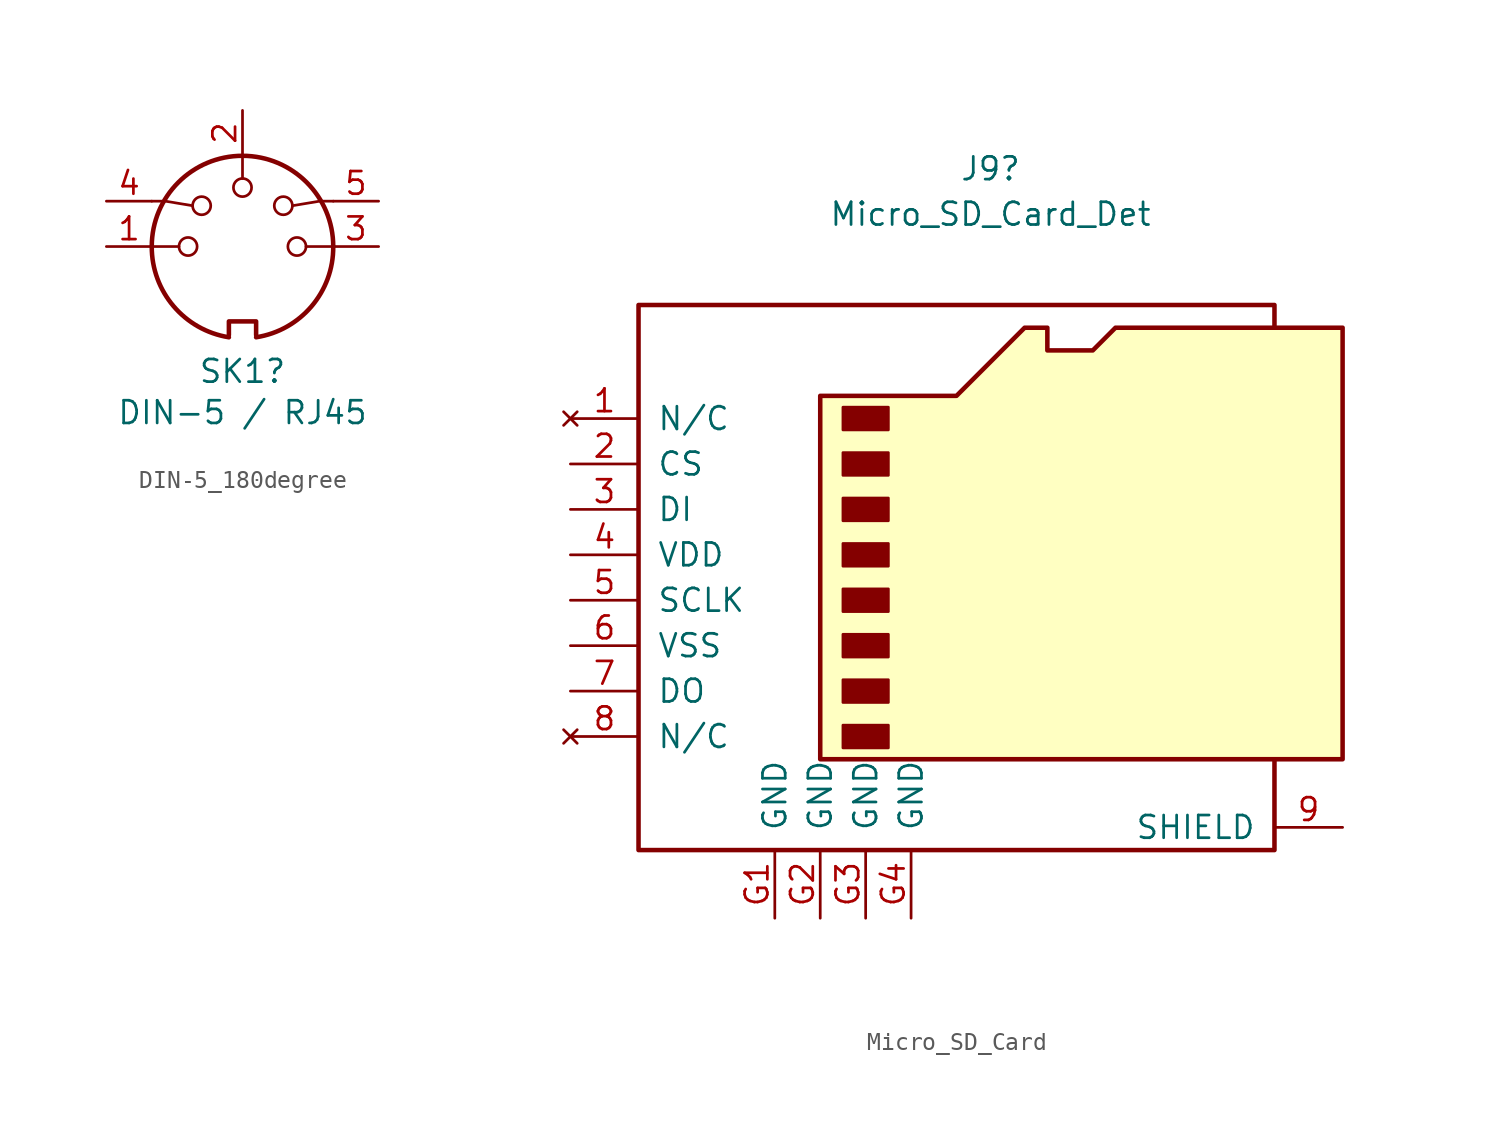
<source format=kicad_sym>
(kicad_symbol_lib
  (version 20220914)
  (generator kicad_symbol_editor)
  (symbol "DIN-5_180degree"
    (pin_names
      (offset 1.016))
    (property "Reference" "SK1"
      (at 0 -6.985 0)
      (effects (font (size 1.27 1.27))))
    (property "Value" "DIN-5 / RJ45"
      (at 0 -9.296 0)
      (effects (font (size 1.27 1.27))))
    (symbol "DIN-5_180degree_0_1"
      (arc (start -5.08 0) (mid -3.8597 -3.3379) (end -0.762 -5.08) (stroke (width 0.254) (type default)) (fill (type none)))
      (circle (center -3.048 0) (radius 0.508) (stroke (width 0) (type default)) (fill (type none)))
      (circle (center -2.286 2.286) (radius 0.508) (stroke (width 0) (type default)) (fill (type none)))
      (polyline (pts (xy -5.08 0) (xy -3.556 0)) (stroke (width 0) (type default)) (fill (type none)))
      (polyline (pts (xy 0 5.08) (xy 0 3.81)) (stroke (width 0) (type default)) (fill (type none)))
      (polyline (pts (xy 5.08 0) (xy 3.556 0)) (stroke (width 0) (type default)) (fill (type none)))
      (polyline (pts (xy -5.08 2.54) (xy -4.318 2.54) (xy -2.794 2.286)) (stroke (width 0) (type default)) (fill (type none)))
      (polyline (pts (xy 5.08 2.54) (xy 4.318 2.54) (xy 2.794 2.286)) (stroke (width 0) (type default)) (fill (type none)))
      (polyline (pts (xy -0.762 -4.953) (xy -0.762 -4.191) (xy 0.762 -4.191) (xy 0.762 -4.953)) (stroke (width 0.254) (type default)) (fill (type none)))
      (circle (center 0 3.302) (radius 0.508) (stroke (width 0) (type default)) (fill (type none)))
      (arc (start 0.762 -5.08) (mid 3.8673 -3.3444) (end 5.08 0) (stroke (width 0.254) (type default)) (fill (type none)))
      (circle (center 2.286 2.286) (radius 0.508) (stroke (width 0) (type default)) (fill (type none)))
      (circle (center 3.048 0) (radius 0.508) (stroke (width 0) (type default)) (fill (type none)))
      (arc (start 5.08 0) (mid 0 5.0579) (end -5.08 0) (stroke (width 0.254) (type default)) (fill (type none))))
    (symbol "DIN-5_180degree_1_1"
      (pin passive line (at -7.62 0 0) (length 2.54) (name "~" (effects (font (size 1.27 1.27)))) (number "1" (effects (font (size 1.27 1.27)))))
      (pin passive line (at 0 7.62 270) (length 2.54) (name "~" (effects (font (size 1.27 1.27)))) (number "2" (effects (font (size 1.27 1.27)))))
      (pin passive line (at 7.62 0 180) (length 2.54) (name "~" (effects (font (size 1.27 1.27)))) (number "3" (effects (font (size 1.27 1.27)))))
      (pin passive line (at -7.62 2.54 0) (length 2.54) (name "~" (effects (font (size 1.27 1.27)))) (number "4" (effects (font (size 1.27 1.27)))))
      (pin passive line (at 7.62 2.54 180) (length 2.54) (name "~" (effects (font (size 1.27 1.27)))) (number "5" (effects (font (size 1.27 1.27)))))))
  (symbol "Micro_SD_Card"
    (pin_names
      (offset 1.016))
    (property "Reference" "J9"
      (at 0.635 21.59 0)
      (effects (font (size 1.27 1.27))))
    (property "Value" "Micro_SD_Card_Det"
      (at 0.635 19.05 0)
      (effects (font (size 1.27 1.27))))
    (symbol "Micro_SD_Card_0_0"
      (text "" (at -8.89 -21.59 0) (effects (font (size 1.27 1.27)))))
    (symbol "Micro_SD_Card_0_1"
      (rectangle (start -7.62 -9.525) (end -5.08 -10.795) (stroke (width 0) (type default)) (fill (type outline)))
      (rectangle (start -7.62 -6.985) (end -5.08 -8.255) (stroke (width 0) (type default)) (fill (type outline)))
      (rectangle (start -7.62 -4.445) (end -5.08 -5.715) (stroke (width 0) (type default)) (fill (type outline)))
      (rectangle (start -7.62 -1.905) (end -5.08 -3.175) (stroke (width 0) (type default)) (fill (type outline)))
      (rectangle (start -7.62 0.635) (end -5.08 -0.635) (stroke (width 0) (type default)) (fill (type outline)))
      (rectangle (start -7.62 3.175) (end -5.08 1.905) (stroke (width 0) (type default)) (fill (type outline)))
      (rectangle (start -7.62 5.715) (end -5.08 4.445) (stroke (width 0) (type default)) (fill (type outline)))
      (rectangle (start -7.62 8.255) (end -5.08 6.985) (stroke (width 0) (type default)) (fill (type outline)))
      (polyline (pts (xy 16.51 12.7) (xy 16.51 13.97) (xy -19.05 13.97) (xy -19.05 -16.51) (xy 16.51 -16.51) (xy 16.51 -11.43)) (stroke (width 0.254) (type default)) (fill (type none)))
      (polyline (pts (xy -8.89 -11.43) (xy -8.89 8.89) (xy -1.27 8.89) (xy 2.54 12.7) (xy 3.81 12.7) (xy 3.81 11.43) (xy 6.35 11.43) (xy 7.62 12.7) (xy 20.32 12.7) (xy 20.32 -11.43) (xy -8.89 -11.43)) (stroke (width 0.254) (type default)) (fill (type background))))
    (symbol "Micro_SD_Card_1_1"
      (pin no_connect line (at -22.86 7.62 0) (length 3.81) (name "N/C" (effects (font (size 1.27 1.27)))) (number "1" (effects (font (size 1.27 1.27)))))
      (pin input line (at -22.86 5.08 0) (length 3.81) (name "CS" (effects (font (size 1.27 1.27)))) (number "2" (effects (font (size 1.27 1.27)))))
      (pin input line (at -22.86 2.54 0) (length 3.81) (name "DI" (effects (font (size 1.27 1.27)))) (number "3" (effects (font (size 1.27 1.27)))))
      (pin power_in line (at -22.86 0 0) (length 3.81) (name "VDD" (effects (font (size 1.27 1.27)))) (number "4" (effects (font (size 1.27 1.27)))))
      (pin input line (at -22.86 -2.54 0) (length 3.81) (name "SCLK" (effects (font (size 1.27 1.27)))) (number "5" (effects (font (size 1.27 1.27)))))
      (pin power_in line (at -22.86 -5.08 0) (length 3.81) (name "VSS" (effects (font (size 1.27 1.27)))) (number "6" (effects (font (size 1.27 1.27)))))
      (pin output line (at -22.86 -7.62 0) (length 3.81) (name "DO" (effects (font (size 1.27 1.27)))) (number "7" (effects (font (size 1.27 1.27)))))
      (pin no_connect line (at -22.86 -10.16 0) (length 3.81) (name "N/C" (effects (font (size 1.27 1.27)))) (number "8" (effects (font (size 1.27 1.27)))))
      (pin passive line (at 20.32 -15.24 180) (length 3.81) (name "SHIELD" (effects (font (size 1.27 1.27)))) (number "9" (effects (font (size 1.27 1.27)))))
      (pin passive line (at -11.43 -20.32 90) (length 3.81) (name "GND" (effects (font (size 1.27 1.27)))) (number "G1" (effects (font (size 1.27 1.27)))))
      (pin passive line (at -8.89 -20.32 90) (length 3.81) (name "GND" (effects (font (size 1.27 1.27)))) (number "G2" (effects (font (size 1.27 1.27)))))
      (pin passive line (at -6.35 -20.32 90) (length 3.81) (name "GND" (effects (font (size 1.27 1.27)))) (number "G3" (effects (font (size 1.27 1.27)))))
      (pin passive line (at -3.81 -20.32 90) (length 3.81) (name "GND" (effects (font (size 1.27 1.27)))) (number "G4" (effects (font (size 1.27 1.27))))))))
</source>
